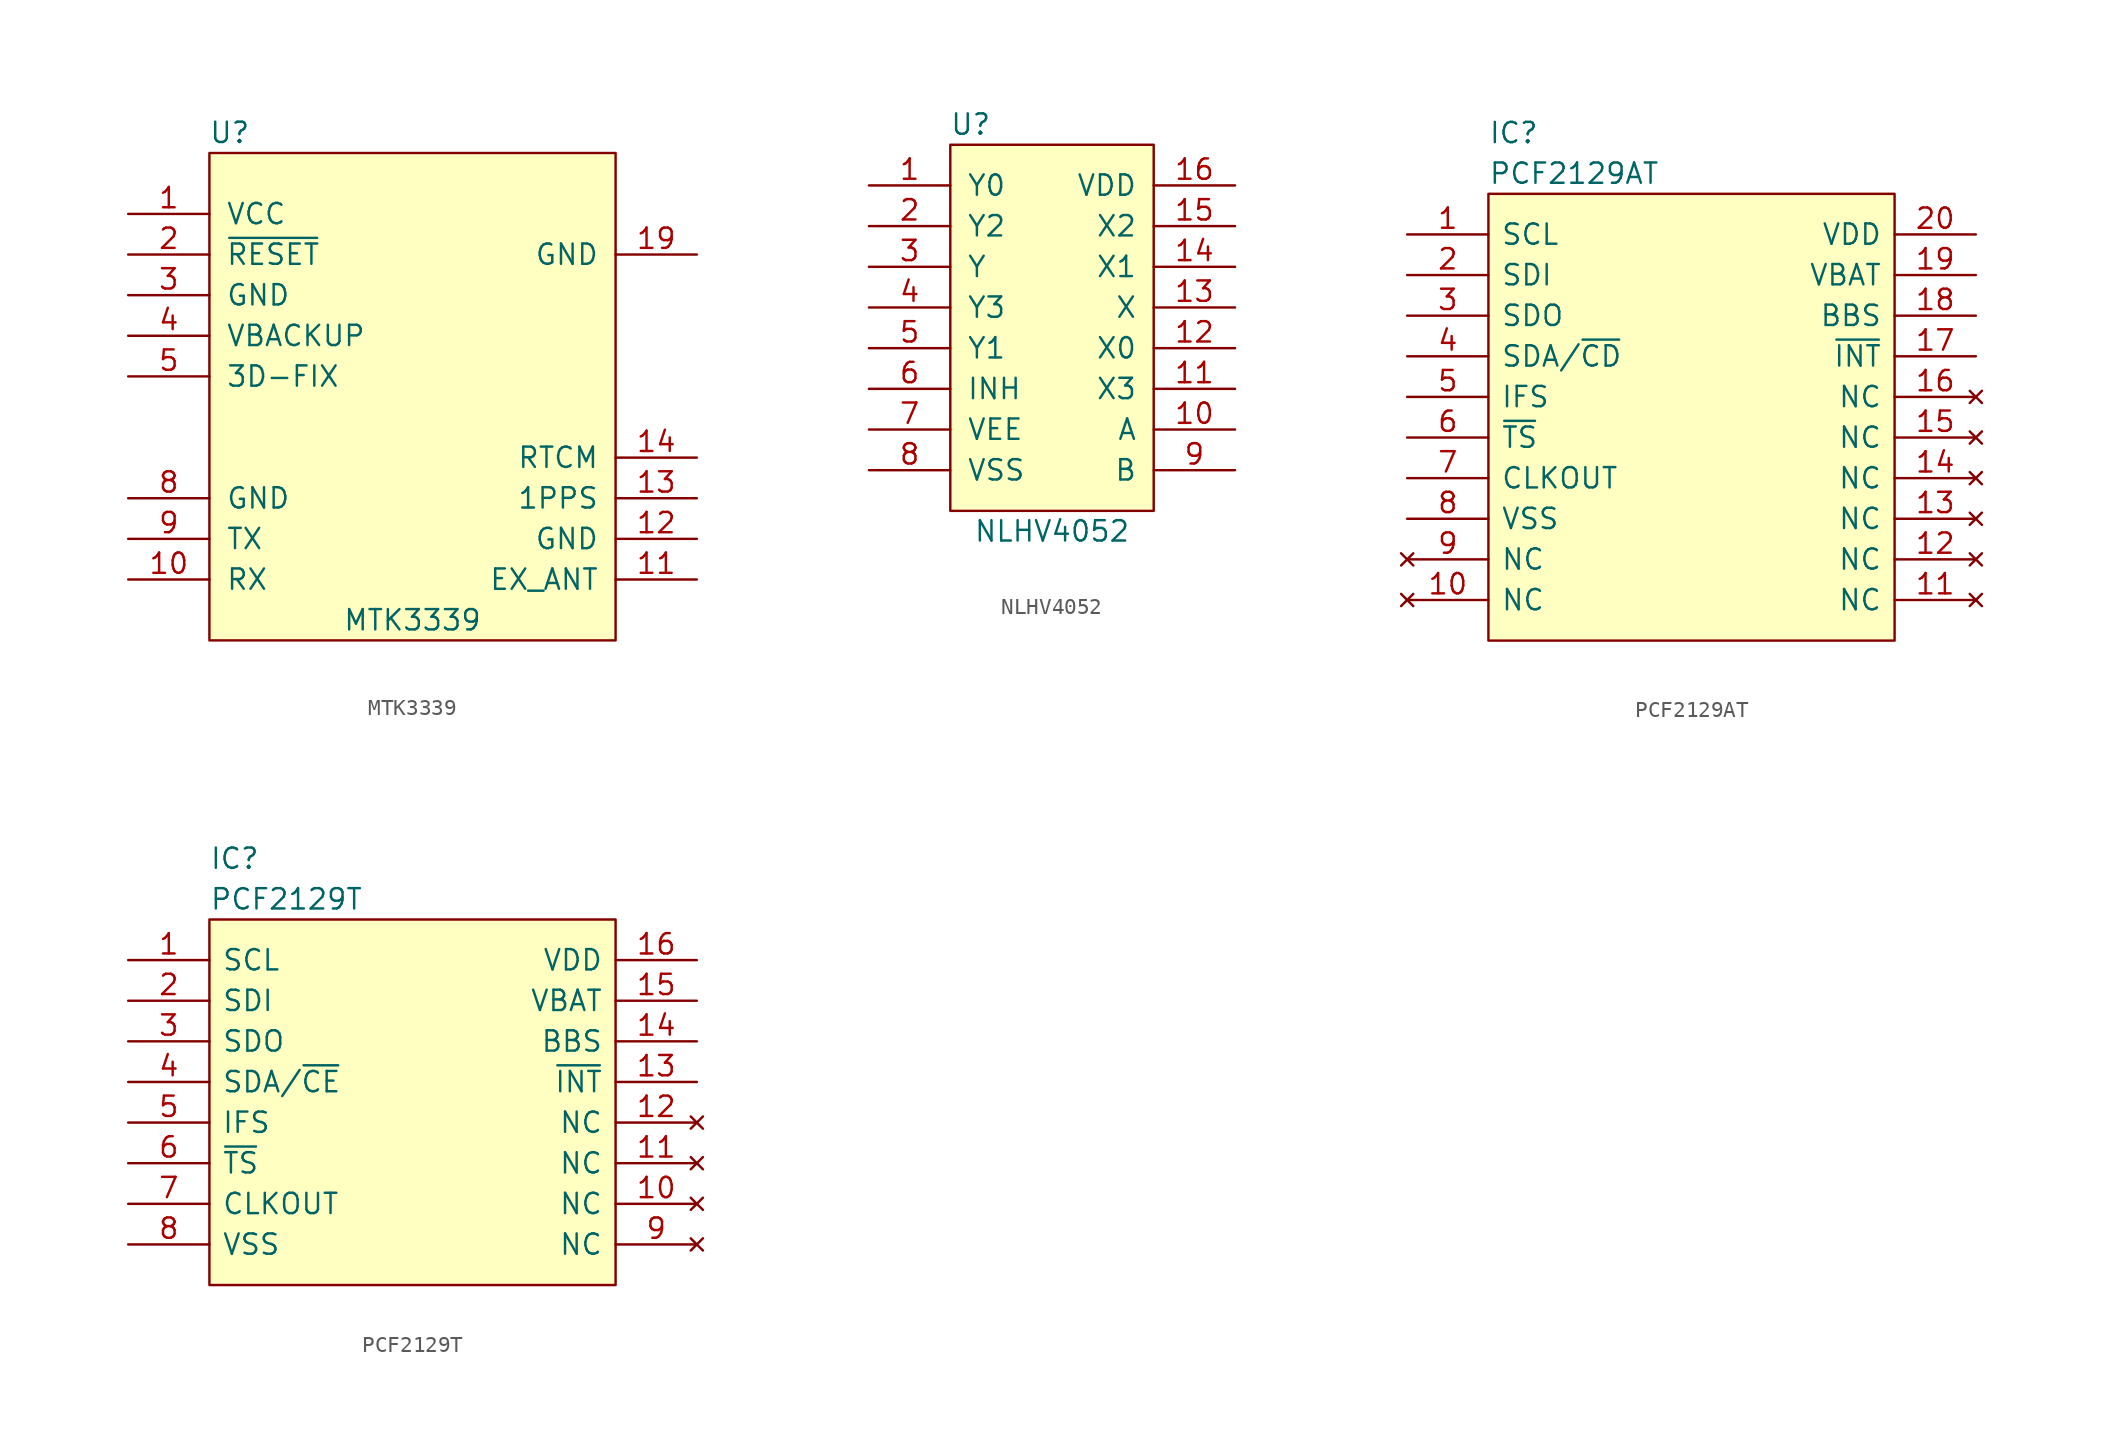
<source format=kicad_sym>
(kicad_symbol_lib
  (version 20211014)
  (generator kicad_symbol_editor)
  (symbol "MTK3339"
    (pin_names
      (offset 1.016))
    (property "Reference" "U"
      (at -11.43 16.51 0)
      (effects (font (size 1.27 1.27))))
    (property "Value" "MTK3339"
      (at 0 -13.97 0)
      (effects (font (size 1.27 1.27))))
    (symbol "MTK3339_0_1"
      (rectangle (start -12.7 15.24) (end 12.7 -15.24) (stroke (width 0) (type default) (color 0 0 0 0)) (fill (type background))))
    (symbol "MTK3339_1_1"
      (pin power_in line (at -17.78 11.43 0) (length 5.08) (name "VCC" (effects (font (size 1.27 1.27)))) (number "1" (effects (font (size 1.27 1.27)))))
      (pin input line (at -17.78 -11.43 0) (length 5.08) (name "RX" (effects (font (size 1.27 1.27)))) (number "10" (effects (font (size 1.27 1.27)))))
      (pin passive line (at 17.78 -11.43 180) (length 5.08) (name "EX_ANT" (effects (font (size 1.27 1.27)))) (number "11" (effects (font (size 1.27 1.27)))))
      (pin power_in line (at 17.78 -8.89 180) (length 5.08) (name "GND" (effects (font (size 1.27 1.27)))) (number "12" (effects (font (size 1.27 1.27)))))
      (pin output line (at 17.78 -6.35 180) (length 5.08) (name "1PPS" (effects (font (size 1.27 1.27)))) (number "13" (effects (font (size 1.27 1.27)))))
      (pin input line (at 17.78 -3.81 180) (length 5.08) (name "RTCM" (effects (font (size 1.27 1.27)))) (number "14" (effects (font (size 1.27 1.27)))))
      (pin no_connect line (at 17.78 -1.27 180) (length 5.08) hide (name "NC" (effects (font (size 1.27 1.27)))) (number "15" (effects (font (size 1.27 1.27)))))
      (pin no_connect line (at 17.78 1.27 180) (length 5.08) hide (name "NC" (effects (font (size 1.27 1.27)))) (number "16" (effects (font (size 1.27 1.27)))))
      (pin no_connect line (at 17.78 3.81 180) (length 5.08) hide (name "NC" (effects (font (size 1.27 1.27)))) (number "17" (effects (font (size 1.27 1.27)))))
      (pin no_connect line (at 17.78 6.35 180) (length 5.08) hide (name "NC" (effects (font (size 1.27 1.27)))) (number "18" (effects (font (size 1.27 1.27)))))
      (pin power_in line (at 17.78 8.89 180) (length 5.08) (name "GND" (effects (font (size 1.27 1.27)))) (number "19" (effects (font (size 1.27 1.27)))))
      (pin input line (at -17.78 8.89 0) (length 5.08) (name "~{RESET}" (effects (font (size 1.27 1.27)))) (number "2" (effects (font (size 1.27 1.27)))))
      (pin no_connect line (at 17.78 11.43 180) (length 5.08) hide (name "NC" (effects (font (size 1.27 1.27)))) (number "20" (effects (font (size 1.27 1.27)))))
      (pin power_in line (at -17.78 6.35 0) (length 5.08) (name "GND" (effects (font (size 1.27 1.27)))) (number "3" (effects (font (size 1.27 1.27)))))
      (pin power_in line (at -17.78 3.81 0) (length 5.08) (name "VBACKUP" (effects (font (size 1.27 1.27)))) (number "4" (effects (font (size 1.27 1.27)))))
      (pin output line (at -17.78 1.27 0) (length 5.08) (name "3D-FIX" (effects (font (size 1.27 1.27)))) (number "5" (effects (font (size 1.27 1.27)))))
      (pin no_connect line (at -17.78 -1.27 0) (length 5.08) hide (name "NC" (effects (font (size 1.27 1.27)))) (number "6" (effects (font (size 1.27 1.27)))))
      (pin no_connect line (at -17.78 -3.81 0) (length 5.08) hide (name "NC" (effects (font (size 1.27 1.27)))) (number "7" (effects (font (size 1.27 1.27)))))
      (pin power_in line (at -17.78 -6.35 0) (length 5.08) (name "GND" (effects (font (size 1.27 1.27)))) (number "8" (effects (font (size 1.27 1.27)))))
      (pin output line (at -17.78 -8.89 0) (length 5.08) (name "TX" (effects (font (size 1.27 1.27)))) (number "9" (effects (font (size 1.27 1.27)))))))
  (symbol "NLHV4052"
    (pin_names
      (offset 1.016))
    (property "Reference" "U"
      (at -5.08 10.16 0)
      (effects (font (size 1.27 1.27))))
    (property "Value" "NLHV4052"
      (at 0 -15.24 0)
      (effects (font (size 1.27 1.27))))
    (symbol "NLHV4052_0_1"
      (rectangle (start -6.35 8.89) (end 6.35 -13.97) (stroke (width 0) (type default) (color 0 0 0 0)) (fill (type background))))
    (symbol "NLHV4052_1_1"
      (pin passive line (at -11.43 6.35 0) (length 5.08) (name "Y0" (effects (font (size 1.27 1.27)))) (number "1" (effects (font (size 1.27 1.27)))))
      (pin passive line (at 11.43 -8.89 180) (length 5.08) (name "A" (effects (font (size 1.27 1.27)))) (number "10" (effects (font (size 1.27 1.27)))))
      (pin passive line (at 11.43 -6.35 180) (length 5.08) (name "X3" (effects (font (size 1.27 1.27)))) (number "11" (effects (font (size 1.27 1.27)))))
      (pin passive line (at 11.43 -3.81 180) (length 5.08) (name "X0" (effects (font (size 1.27 1.27)))) (number "12" (effects (font (size 1.27 1.27)))))
      (pin passive line (at 11.43 -1.27 180) (length 5.08) (name "X" (effects (font (size 1.27 1.27)))) (number "13" (effects (font (size 1.27 1.27)))))
      (pin passive line (at 11.43 1.27 180) (length 5.08) (name "X1" (effects (font (size 1.27 1.27)))) (number "14" (effects (font (size 1.27 1.27)))))
      (pin passive line (at 11.43 3.81 180) (length 5.08) (name "X2" (effects (font (size 1.27 1.27)))) (number "15" (effects (font (size 1.27 1.27)))))
      (pin power_in line (at 11.43 6.35 180) (length 5.08) (name "VDD" (effects (font (size 1.27 1.27)))) (number "16" (effects (font (size 1.27 1.27)))))
      (pin passive line (at -11.43 3.81 0) (length 5.08) (name "Y2" (effects (font (size 1.27 1.27)))) (number "2" (effects (font (size 1.27 1.27)))))
      (pin passive line (at -11.43 1.27 0) (length 5.08) (name "Y" (effects (font (size 1.27 1.27)))) (number "3" (effects (font (size 1.27 1.27)))))
      (pin passive line (at -11.43 -1.27 0) (length 5.08) (name "Y3" (effects (font (size 1.27 1.27)))) (number "4" (effects (font (size 1.27 1.27)))))
      (pin passive line (at -11.43 -3.81 0) (length 5.08) (name "Y1" (effects (font (size 1.27 1.27)))) (number "5" (effects (font (size 1.27 1.27)))))
      (pin input line (at -11.43 -6.35 0) (length 5.08) (name "INH" (effects (font (size 1.27 1.27)))) (number "6" (effects (font (size 1.27 1.27)))))
      (pin power_in line (at -11.43 -8.89 0) (length 5.08) (name "VEE" (effects (font (size 1.27 1.27)))) (number "7" (effects (font (size 1.27 1.27)))))
      (pin power_in line (at -11.43 -11.43 0) (length 5.08) (name "VSS" (effects (font (size 1.27 1.27)))) (number "8" (effects (font (size 1.27 1.27)))))
      (pin passive line (at 11.43 -11.43 180) (length 5.08) (name "B" (effects (font (size 1.27 1.27)))) (number "9" (effects (font (size 1.27 1.27)))))))
  (symbol "PCF2129AT"
    (pin_names
      (offset 0.762))
    (property "Reference" "IC"
      (at -12.7 17.78 0)
      (effects (font (size 1.27 1.27)) (justify left)))
    (property "Value" "PCF2129AT"
      (at -12.7 15.24 0)
      (effects (font (size 1.27 1.27)) (justify left)))
    (symbol "PCF2129AT_0_0"
      (pin bidirectional line (at -17.78 11.43 0) (length 5.08) (name "SCL" (effects (font (size 1.27 1.27)))) (number "1" (effects (font (size 1.27 1.27)))))
      (pin no_connect line (at -17.78 -11.43 0) (length 5.08) (name "NC" (effects (font (size 1.27 1.27)))) (number "10" (effects (font (size 1.27 1.27)))))
      (pin no_connect line (at 17.78 -11.43 180) (length 5.08) (name "NC" (effects (font (size 1.27 1.27)))) (number "11" (effects (font (size 1.27 1.27)))))
      (pin no_connect line (at 17.78 -8.89 180) (length 5.08) (name "NC" (effects (font (size 1.27 1.27)))) (number "12" (effects (font (size 1.27 1.27)))))
      (pin no_connect line (at 17.78 -6.35 180) (length 5.08) (name "NC" (effects (font (size 1.27 1.27)))) (number "13" (effects (font (size 1.27 1.27)))))
      (pin no_connect line (at 17.78 -3.81 180) (length 5.08) (name "NC" (effects (font (size 1.27 1.27)))) (number "14" (effects (font (size 1.27 1.27)))))
      (pin no_connect line (at 17.78 -1.27 180) (length 5.08) (name "NC" (effects (font (size 1.27 1.27)))) (number "15" (effects (font (size 1.27 1.27)))))
      (pin no_connect line (at 17.78 1.27 180) (length 5.08) (name "NC" (effects (font (size 1.27 1.27)))) (number "16" (effects (font (size 1.27 1.27)))))
      (pin output line (at 17.78 3.81 180) (length 5.08) (name "~{INT}" (effects (font (size 1.27 1.27)))) (number "17" (effects (font (size 1.27 1.27)))))
      (pin bidirectional line (at 17.78 6.35 180) (length 5.08) (name "BBS" (effects (font (size 1.27 1.27)))) (number "18" (effects (font (size 1.27 1.27)))))
      (pin power_in line (at 17.78 8.89 180) (length 5.08) (name "VBAT" (effects (font (size 1.27 1.27)))) (number "19" (effects (font (size 1.27 1.27)))))
      (pin input line (at -17.78 8.89 0) (length 5.08) (name "SDI" (effects (font (size 1.27 1.27)))) (number "2" (effects (font (size 1.27 1.27)))))
      (pin power_in line (at 17.78 11.43 180) (length 5.08) (name "VDD" (effects (font (size 1.27 1.27)))) (number "20" (effects (font (size 1.27 1.27)))))
      (pin output line (at -17.78 6.35 0) (length 5.08) (name "SDO" (effects (font (size 1.27 1.27)))) (number "3" (effects (font (size 1.27 1.27)))))
      (pin bidirectional line (at -17.78 3.81 0) (length 5.08) (name "SDA/~{CD}" (effects (font (size 1.27 1.27)))) (number "4" (effects (font (size 1.27 1.27)))))
      (pin bidirectional line (at -17.78 1.27 0) (length 5.08) (name "IFS" (effects (font (size 1.27 1.27)))) (number "5" (effects (font (size 1.27 1.27)))))
      (pin input line (at -17.78 -1.27 0) (length 5.08) (name "~{TS}" (effects (font (size 1.27 1.27)))) (number "6" (effects (font (size 1.27 1.27)))))
      (pin output line (at -17.78 -3.81 0) (length 5.08) (name "CLKOUT" (effects (font (size 1.27 1.27)))) (number "7" (effects (font (size 1.27 1.27)))))
      (pin power_in line (at -17.78 -6.35 0) (length 5.08) (name "VSS" (effects (font (size 1.27 1.27)))) (number "8" (effects (font (size 1.27 1.27)))))
      (pin no_connect line (at -17.78 -8.89 0) (length 5.08) (name "NC" (effects (font (size 1.27 1.27)))) (number "9" (effects (font (size 1.27 1.27))))))
    (symbol "PCF2129AT_0_1"
      (polyline (pts (xy -12.7 13.97) (xy 12.7 13.97) (xy 12.7 -13.97) (xy -12.7 -13.97) (xy -12.7 13.97)) (stroke (width 0.152) (type default) (color 0 0 0 0)) (fill (type background)))))
  (symbol "PCF2129T"
    (pin_names
      (offset 0.762))
    (property "Reference" "IC"
      (at -12.7 15.24 0)
      (effects (font (size 1.27 1.27)) (justify left)))
    (property "Value" "PCF2129T"
      (at -12.7 12.7 0)
      (effects (font (size 1.27 1.27)) (justify left)))
    (symbol "PCF2129T_0_0"
      (pin bidirectional line (at -17.78 8.89 0) (length 5.08) (name "SCL" (effects (font (size 1.27 1.27)))) (number "1" (effects (font (size 1.27 1.27)))))
      (pin no_connect line (at 17.78 -6.35 180) (length 5.08) (name "NC" (effects (font (size 1.27 1.27)))) (number "10" (effects (font (size 1.27 1.27)))))
      (pin no_connect line (at 17.78 -3.81 180) (length 5.08) (name "NC" (effects (font (size 1.27 1.27)))) (number "11" (effects (font (size 1.27 1.27)))))
      (pin no_connect line (at 17.78 -1.27 180) (length 5.08) (name "NC" (effects (font (size 1.27 1.27)))) (number "12" (effects (font (size 1.27 1.27)))))
      (pin output line (at 17.78 1.27 180) (length 5.08) (name "~{INT}" (effects (font (size 1.27 1.27)))) (number "13" (effects (font (size 1.27 1.27)))))
      (pin bidirectional line (at 17.78 3.81 180) (length 5.08) (name "BBS" (effects (font (size 1.27 1.27)))) (number "14" (effects (font (size 1.27 1.27)))))
      (pin power_in line (at 17.78 6.35 180) (length 5.08) (name "VBAT" (effects (font (size 1.27 1.27)))) (number "15" (effects (font (size 1.27 1.27)))))
      (pin power_in line (at 17.78 8.89 180) (length 5.08) (name "VDD" (effects (font (size 1.27 1.27)))) (number "16" (effects (font (size 1.27 1.27)))))
      (pin input line (at -17.78 6.35 0) (length 5.08) (name "SDI" (effects (font (size 1.27 1.27)))) (number "2" (effects (font (size 1.27 1.27)))))
      (pin output line (at -17.78 3.81 0) (length 5.08) (name "SDO" (effects (font (size 1.27 1.27)))) (number "3" (effects (font (size 1.27 1.27)))))
      (pin bidirectional line (at -17.78 1.27 0) (length 5.08) (name "SDA/~{CE}" (effects (font (size 1.27 1.27)))) (number "4" (effects (font (size 1.27 1.27)))))
      (pin bidirectional line (at -17.78 -1.27 0) (length 5.08) (name "IFS" (effects (font (size 1.27 1.27)))) (number "5" (effects (font (size 1.27 1.27)))))
      (pin input line (at -17.78 -3.81 0) (length 5.08) (name "~{TS}" (effects (font (size 1.27 1.27)))) (number "6" (effects (font (size 1.27 1.27)))))
      (pin output line (at -17.78 -6.35 0) (length 5.08) (name "CLKOUT" (effects (font (size 1.27 1.27)))) (number "7" (effects (font (size 1.27 1.27)))))
      (pin power_in line (at -17.78 -8.89 0) (length 5.08) (name "VSS" (effects (font (size 1.27 1.27)))) (number "8" (effects (font (size 1.27 1.27)))))
      (pin no_connect line (at 17.78 -8.89 180) (length 5.08) (name "NC" (effects (font (size 1.27 1.27)))) (number "9" (effects (font (size 1.27 1.27))))))
    (symbol "PCF2129T_0_1"
      (rectangle (start -12.7 11.43) (end 12.7 -11.43) (stroke (width 0) (type default) (color 0 0 0 0)) (fill (type background))))))
</source>
